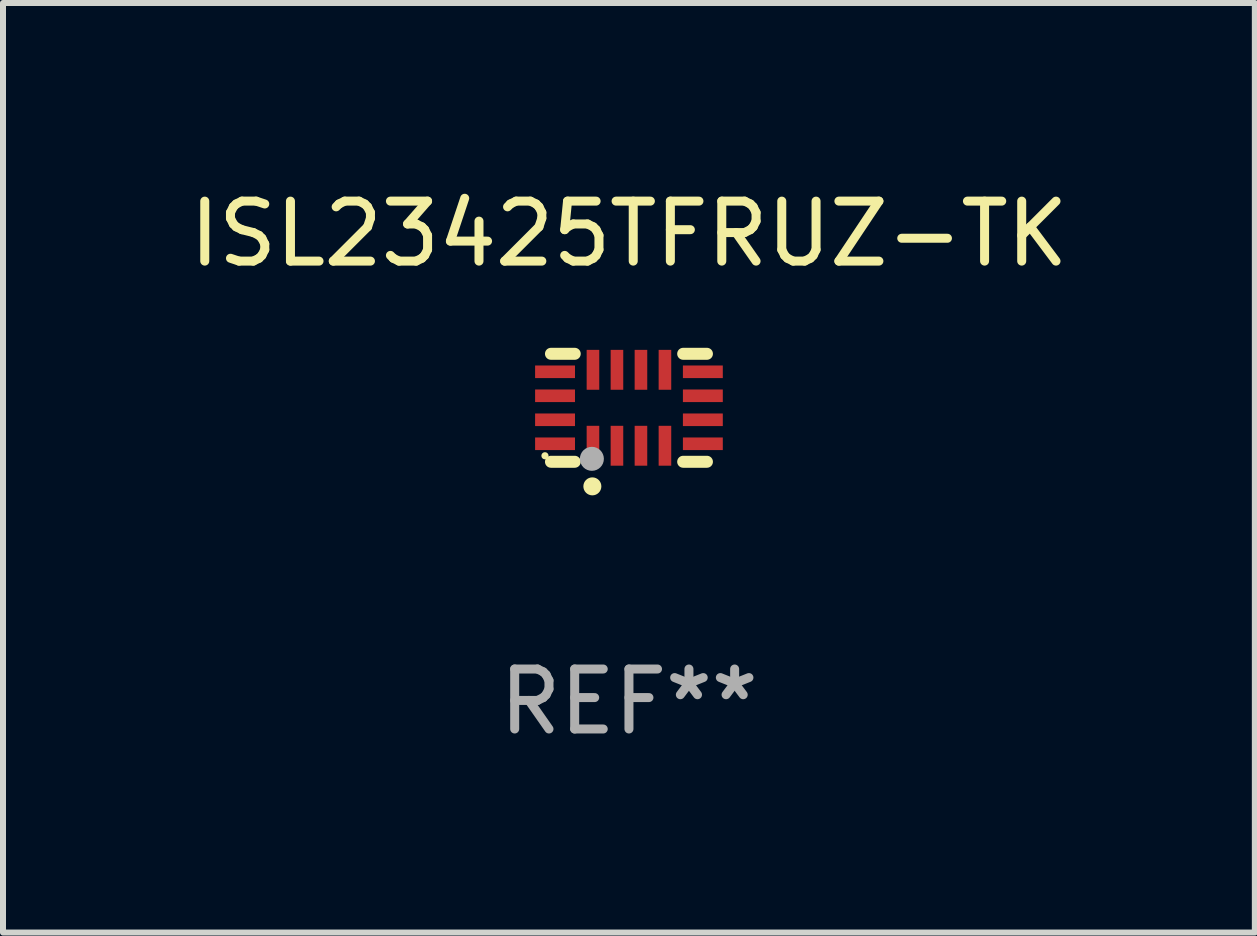
<source format=kicad_pcb>
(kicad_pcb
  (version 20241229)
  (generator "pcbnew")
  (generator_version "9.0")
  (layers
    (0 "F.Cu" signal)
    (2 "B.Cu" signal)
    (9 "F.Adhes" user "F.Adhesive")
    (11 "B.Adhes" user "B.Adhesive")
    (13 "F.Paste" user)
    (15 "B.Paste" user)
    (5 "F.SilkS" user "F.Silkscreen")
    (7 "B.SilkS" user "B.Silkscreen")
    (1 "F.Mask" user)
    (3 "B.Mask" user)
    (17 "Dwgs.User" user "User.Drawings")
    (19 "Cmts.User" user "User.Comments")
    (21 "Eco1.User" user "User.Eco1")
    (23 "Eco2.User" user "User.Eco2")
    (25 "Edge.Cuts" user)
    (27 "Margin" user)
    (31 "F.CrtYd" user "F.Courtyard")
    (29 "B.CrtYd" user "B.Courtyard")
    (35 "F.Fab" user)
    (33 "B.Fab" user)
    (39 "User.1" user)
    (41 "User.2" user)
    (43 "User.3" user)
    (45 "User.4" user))
  (footprint "ISL23425TFRUZ-TK"
    (layer "F.Cu")
    (at 7.435 3.748)
    (property "Reference" "ISL23425TFRUZ-TK" (at 0 -2.9 0) (layer "F.SilkS") (effects (font (size 1 1) (thickness 0.15))))
    (attr through_hole)
    (fp_line (start -0.904 -0.9) (end -1.3 -0.9) (stroke (width 0.2) (type solid)) (layer "F.SilkS"))
    (fp_line (start -0.904 0.9) (end -1.3 0.9) (stroke (width 0.2) (type solid)) (layer "F.SilkS"))
    (fp_line (start 1.3 -0.9) (end 0.904 -0.9) (stroke (width 0.2) (type solid)) (layer "F.SilkS"))
    (fp_line (start 1.3 0.9) (end 0.904 0.9) (stroke (width 0.2) (type solid)) (layer "F.SilkS"))
    (fp_circle (center -1.4 0.8) (end -1.37 0.8) (stroke (width 0.06) (type solid)) (fill no) (layer "F.SilkS"))
    (fp_circle (center -0.61 1.31) (end -0.535 1.31) (stroke (width 0.15) (type solid)) (fill no) (layer "F.SilkS"))
    (fp_circle (center -0.618 0.851) (end -0.518 0.851) (stroke (width 0.2) (type solid)) (fill no) (layer "F.Fab"))
    (fp_text user "REF**" (at 0 4.9 0) (layer "F.Fab") (effects (font (size 1 1) (thickness 0.15))))
    (pad "1" smd rect (at -0.6 0.633) (size 0.21 0.665) (layers "F.Cu" "F.Mask" "F.Paste"))
    (pad "2" smd rect (at -0.2 0.633) (size 0.21 0.665) (layers "F.Cu" "F.Mask" "F.Paste"))
    (pad "3" smd rect (at 0.2 0.633) (size 0.21 0.665) (layers "F.Cu" "F.Mask" "F.Paste"))
    (pad "4" smd rect (at 0.6 0.633) (size 0.21 0.665) (layers "F.Cu" "F.Mask" "F.Paste"))
    (pad "5" smd rect (at 1.232 0.6) (size 0.665 0.21) (layers "F.Cu" "F.Mask" "F.Paste"))
    (pad "6" smd rect (at 1.232 0.2) (size 0.665 0.21) (layers "F.Cu" "F.Mask" "F.Paste"))
    (pad "7" smd rect (at 1.232 -0.2) (size 0.665 0.21) (layers "F.Cu" "F.Mask" "F.Paste"))
    (pad "8" smd rect (at 1.232 -0.6) (size 0.665 0.21) (layers "F.Cu" "F.Mask" "F.Paste"))
    (pad "9" smd rect (at 0.6 -0.633) (size 0.21 0.665) (layers "F.Cu" "F.Mask" "F.Paste"))
    (pad "10" smd rect (at 0.2 -0.633) (size 0.21 0.665) (layers "F.Cu" "F.Mask" "F.Paste"))
    (pad "11" smd rect (at -0.2 -0.633) (size 0.21 0.665) (layers "F.Cu" "F.Mask" "F.Paste"))
    (pad "12" smd rect (at -0.6 -0.633) (size 0.21 0.665) (layers "F.Cu" "F.Mask" "F.Paste"))
    (pad "13" smd rect (at -1.232 -0.6) (size 0.665 0.21) (layers "F.Cu" "F.Mask" "F.Paste"))
    (pad "14" smd rect (at -1.232 -0.2) (size 0.665 0.21) (layers "F.Cu" "F.Mask" "F.Paste"))
    (pad "15" smd rect (at -1.232 0.2) (size 0.665 0.21) (layers "F.Cu" "F.Mask" "F.Paste"))
    (pad "16" smd rect (at -1.232 0.6) (size 0.665 0.21) (layers "F.Cu" "F.Mask" "F.Paste")))
  (gr_rect
    (start -3 -3)
    (end 17.869 12.496)
    (stroke (width 0.1) (type default))
    (fill no)
    (layer "Edge.Cuts")))
</source>
